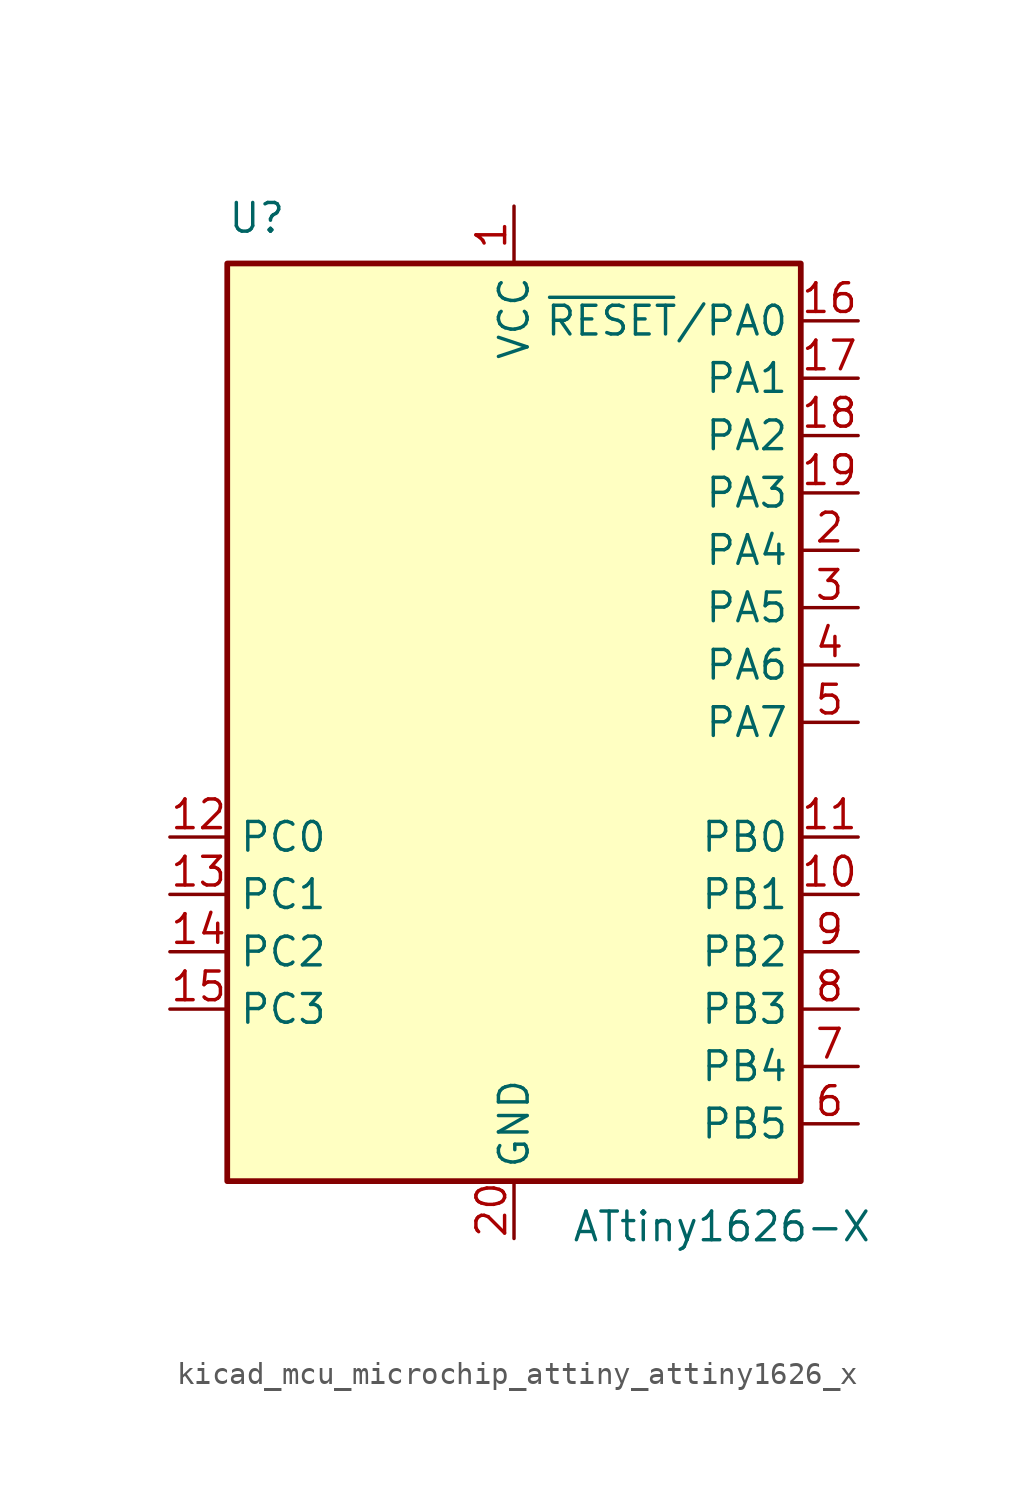
<source format=kicad_sym>
(kicad_symbol_lib
  (version 20220914)
  (generator kicad_symbol_editor)
  (symbol "kicad_mcu_microchip_attiny_attiny1626_x"
    (property "Reference" "U"
      (at -12.7 21.59 0)
      (effects (font (size 1.27 1.27)) (justify left bottom)))
    (property "Value" "ATtiny1626-X"
      (at 2.54 -21.59 0)
      (effects (font (size 1.27 1.27)) (justify left top)))
    (symbol "kicad_mcu_microchip_attiny_attiny1626_x_0_1"
      (rectangle (start -12.7 -20.32) (end 12.7 20.32) (stroke (width 0.254) (type default)) (fill (type background))))
    (symbol "kicad_mcu_microchip_attiny_attiny1626_x_1_1"
      (pin power_in line (at 0 22.86 270) (length 2.54) (name "VCC" (effects (font (size 1.27 1.27)))) (number "1" (effects (font (size 1.27 1.27)))))
      (pin bidirectional line (at 15.24 -7.62 180) (length 2.54) (name "PB1" (effects (font (size 1.27 1.27)))) (number "10" (effects (font (size 1.27 1.27)))))
      (pin bidirectional line (at 15.24 -5.08 180) (length 2.54) (name "PB0" (effects (font (size 1.27 1.27)))) (number "11" (effects (font (size 1.27 1.27)))))
      (pin bidirectional line (at -15.24 -5.08 0) (length 2.54) (name "PC0" (effects (font (size 1.27 1.27)))) (number "12" (effects (font (size 1.27 1.27)))))
      (pin bidirectional line (at -15.24 -7.62 0) (length 2.54) (name "PC1" (effects (font (size 1.27 1.27)))) (number "13" (effects (font (size 1.27 1.27)))))
      (pin bidirectional line (at -15.24 -10.16 0) (length 2.54) (name "PC2" (effects (font (size 1.27 1.27)))) (number "14" (effects (font (size 1.27 1.27)))))
      (pin bidirectional line (at -15.24 -12.7 0) (length 2.54) (name "PC3" (effects (font (size 1.27 1.27)))) (number "15" (effects (font (size 1.27 1.27)))))
      (pin bidirectional line (at 15.24 17.78 180) (length 2.54) (name "~{RESET}/PA0" (effects (font (size 1.27 1.27)))) (number "16" (effects (font (size 1.27 1.27)))))
      (pin bidirectional line (at 15.24 15.24 180) (length 2.54) (name "PA1" (effects (font (size 1.27 1.27)))) (number "17" (effects (font (size 1.27 1.27)))))
      (pin bidirectional line (at 15.24 12.7 180) (length 2.54) (name "PA2" (effects (font (size 1.27 1.27)))) (number "18" (effects (font (size 1.27 1.27)))))
      (pin bidirectional line (at 15.24 10.16 180) (length 2.54) (name "PA3" (effects (font (size 1.27 1.27)))) (number "19" (effects (font (size 1.27 1.27)))))
      (pin bidirectional line (at 15.24 7.62 180) (length 2.54) (name "PA4" (effects (font (size 1.27 1.27)))) (number "2" (effects (font (size 1.27 1.27)))))
      (pin power_in line (at 0 -22.86 90) (length 2.54) (name "GND" (effects (font (size 1.27 1.27)))) (number "20" (effects (font (size 1.27 1.27)))))
      (pin bidirectional line (at 15.24 5.08 180) (length 2.54) (name "PA5" (effects (font (size 1.27 1.27)))) (number "3" (effects (font (size 1.27 1.27)))))
      (pin bidirectional line (at 15.24 2.54 180) (length 2.54) (name "PA6" (effects (font (size 1.27 1.27)))) (number "4" (effects (font (size 1.27 1.27)))))
      (pin bidirectional line (at 15.24 0 180) (length 2.54) (name "PA7" (effects (font (size 1.27 1.27)))) (number "5" (effects (font (size 1.27 1.27)))))
      (pin bidirectional line (at 15.24 -17.78 180) (length 2.54) (name "PB5" (effects (font (size 1.27 1.27)))) (number "6" (effects (font (size 1.27 1.27)))))
      (pin bidirectional line (at 15.24 -15.24 180) (length 2.54) (name "PB4" (effects (font (size 1.27 1.27)))) (number "7" (effects (font (size 1.27 1.27)))))
      (pin bidirectional line (at 15.24 -12.7 180) (length 2.54) (name "PB3" (effects (font (size 1.27 1.27)))) (number "8" (effects (font (size 1.27 1.27)))))
      (pin bidirectional line (at 15.24 -10.16 180) (length 2.54) (name "PB2" (effects (font (size 1.27 1.27)))) (number "9" (effects (font (size 1.27 1.27))))))))
</source>
